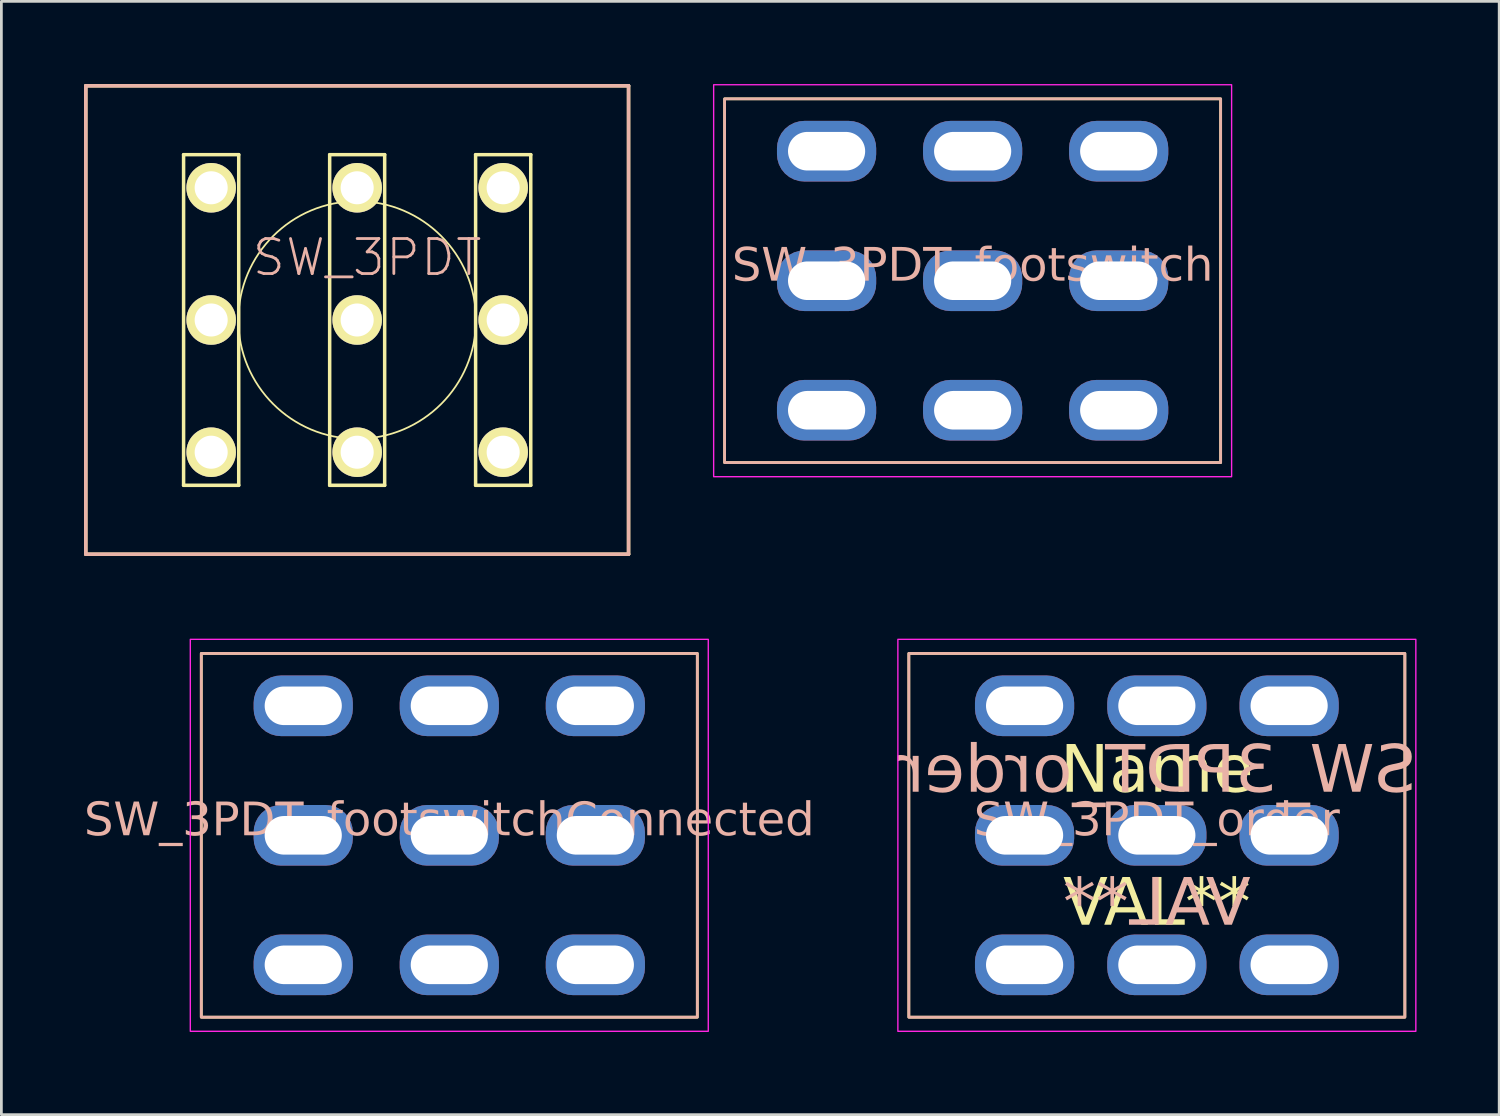
<source format=kicad_pcb>
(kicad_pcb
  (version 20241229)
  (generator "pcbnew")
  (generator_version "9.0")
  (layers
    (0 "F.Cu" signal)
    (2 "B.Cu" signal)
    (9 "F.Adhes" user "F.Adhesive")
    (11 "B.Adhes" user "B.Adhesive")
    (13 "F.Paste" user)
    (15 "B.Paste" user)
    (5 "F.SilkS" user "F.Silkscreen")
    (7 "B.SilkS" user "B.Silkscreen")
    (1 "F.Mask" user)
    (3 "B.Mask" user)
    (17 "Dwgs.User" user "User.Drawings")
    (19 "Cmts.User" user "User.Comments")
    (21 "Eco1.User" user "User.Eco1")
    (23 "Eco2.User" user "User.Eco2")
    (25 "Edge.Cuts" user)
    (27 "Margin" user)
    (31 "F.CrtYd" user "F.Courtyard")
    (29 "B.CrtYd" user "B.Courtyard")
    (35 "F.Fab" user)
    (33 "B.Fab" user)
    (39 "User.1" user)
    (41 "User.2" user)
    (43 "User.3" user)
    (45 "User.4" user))
  (footprint "SW_3PDT_footswitchConnected"
    (layer "F.Cu")
    (at 13.254 27.262)
    (property "Reference" "SW_3PDT_footswitchConnected" (at 0 -0.5 0) (unlocked yes) (layer "B.SilkS") (effects (font (face "Milk Run") (size 1.2 1.2) (thickness 0.1))))
    (attr through_hole)
    (fp_rect (start -9 -6.6) (end 9 6.6) (stroke (width 0.1) (type default)) (fill no) (layer "F.SilkS"))
    (fp_rect (start -9 -6.6) (end 9 6.6) (stroke (width 0.1) (type default)) (fill no) (layer "B.SilkS"))
    (fp_rect (start -9.398 -7.112) (end 9.398 7.112) (stroke (width 0.05) (type default)) (fill no) (layer "F.CrtYd"))
    (pad "1" thru_hole roundrect (at -5.3 0) (size 3.6 2.2) (drill oval 2.8 1.4) (layers "*.Cu" "*.Mask") (roundrect_rratio 0.45))
    (pad "2" thru_hole roundrect (at -5.3 -4.7) (size 3.6 2.2) (drill oval 2.8 1.4) (layers "*.Cu" "*.Mask") (roundrect_rratio 0.45))
    (pad "2" thru_hole roundrect (at 0 4.7) (size 3.6 2.2) (drill oval 2.8 1.4) (layers "*.Cu" "*.Mask") (roundrect_rratio 0.45))
    (pad "3" thru_hole roundrect (at 0 0) (size 3.6 2.2) (drill oval 2.8 1.4) (layers "*.Cu" "*.Mask") (roundrect_rratio 0.45))
    (pad "4" thru_hole roundrect (at 0 -4.7) (size 3.6 2.2) (drill oval 2.8 1.4) (layers "*.Cu" "*.Mask") (roundrect_rratio 0.45))
    (pad "5" thru_hole roundrect (at 5.3 -4.7) (size 3.6 2.2) (drill oval 2.8 1.4) (layers "*.Cu" "*.Mask") (roundrect_rratio 0.45))
    (pad "6" thru_hole roundrect (at 5.3 0) (size 3.6 2.2) (drill oval 2.8 1.4) (layers "*.Cu" "*.Mask") (roundrect_rratio 0.45))
    (pad "7" thru_hole roundrect (at -5.3 4.7) (size 3.6 2.2) (drill oval 2.8 1.4) (layers "*.Cu" "*.Mask") (roundrect_rratio 0.45))
    (pad "7" thru_hole roundrect (at 5.3 4.7) (size 3.6 2.2) (drill oval 2.8 1.4) (layers "*.Cu" "*.Mask") (roundrect_rratio 0.45)))
  (footprint "SW_3PDT"
    (layer "F.Cu")
    (at 9.911 8.562)
    (property "Reference" "SW_3PDT" (at 0.363 -2.268 0) (layer "B.SilkS") (effects (font (size 1.27 1.27) (thickness 0.102))))
    (attr exclude_from_pos_files exclude_from_bom)
    (fp_line (start -9.848 8.499) (end -9.848 -8.499) (stroke (width 0.127) (type solid)) (layer "F.SilkS"))
    (fp_line (start -9.848 8.499) (end 9.848 8.499) (stroke (width 0.127) (type solid)) (layer "F.SilkS"))
    (fp_line (start -6.299 -5.999) (end -6.299 5.999) (stroke (width 0.127) (type solid)) (layer "F.SilkS"))
    (fp_line (start -6.299 5.999) (end -4.298 5.999) (stroke (width 0.127) (type solid)) (layer "F.SilkS"))
    (fp_line (start -4.298 -5.999) (end -6.299 -5.999) (stroke (width 0.127) (type solid)) (layer "F.SilkS"))
    (fp_line (start -4.298 5.999) (end -4.298 -5.999) (stroke (width 0.127) (type solid)) (layer "F.SilkS"))
    (fp_line (start -0.998 -5.999) (end 0.998 -5.999) (stroke (width 0.127) (type solid)) (layer "F.SilkS"))
    (fp_line (start -0.998 5.999) (end -0.998 -5.999) (stroke (width 0.127) (type solid)) (layer "F.SilkS"))
    (fp_line (start 0.998 -5.999) (end 0.998 5.999) (stroke (width 0.127) (type solid)) (layer "F.SilkS"))
    (fp_line (start 0.998 5.999) (end -0.998 5.999) (stroke (width 0.127) (type solid)) (layer "F.SilkS"))
    (fp_line (start 4.298 -5.999) (end 4.298 5.999) (stroke (width 0.127) (type solid)) (layer "F.SilkS"))
    (fp_line (start 4.298 5.999) (end 6.299 5.999) (stroke (width 0.127) (type solid)) (layer "F.SilkS"))
    (fp_line (start 6.299 -5.999) (end 4.298 -5.999) (stroke (width 0.127) (type solid)) (layer "F.SilkS"))
    (fp_line (start 6.299 5.999) (end 6.299 -5.999) (stroke (width 0.127) (type solid)) (layer "F.SilkS"))
    (fp_line (start 9.848 -8.499) (end -9.848 -8.499) (stroke (width 0.127) (type solid)) (layer "F.SilkS"))
    (fp_line (start 9.848 8.499) (end 9.848 -8.499) (stroke (width 0.127) (type solid)) (layer "F.SilkS"))
    (fp_circle (center 0 0) (end -3.048 3.048) (stroke (width 0.064) (type solid)) (fill no) (layer "F.SilkS"))
    (fp_line (start -9.848 -8.499) (end 9.848 -8.499) (stroke (width 0.127) (type solid)) (layer "B.SilkS"))
    (fp_line (start -9.848 8.499) (end -9.848 -8.499) (stroke (width 0.127) (type solid)) (layer "B.SilkS"))
    (fp_line (start 9.848 8.499) (end -9.848 8.499) (stroke (width 0.127) (type solid)) (layer "B.SilkS"))
    (fp_line (start 9.848 8.499) (end 9.848 -8.499) (stroke (width 0.127) (type solid)) (layer "B.SilkS"))
    (pad "P$1" thru_hole circle (at -5.298 -4.798) (size 1.798 1.798) (drill 1.199) (layers "*.Cu" "F.Mask" "F.SilkS" "F.Paste"))
    (pad "P$2" thru_hole circle (at -5.298 0) (size 1.798 1.798) (drill 1.199) (layers "*.Cu" "F.Mask" "F.SilkS" "F.Paste"))
    (pad "P$3" thru_hole circle (at -5.298 4.798) (size 1.798 1.798) (drill 1.199) (layers "*.Cu" "F.Mask" "F.SilkS" "F.Paste"))
    (pad "P$4" thru_hole circle (at 0 -4.798) (size 1.798 1.798) (drill 1.199) (layers "*.Cu" "F.Mask" "F.SilkS" "F.Paste"))
    (pad "P$5" thru_hole circle (at 0 0) (size 1.798 1.798) (drill 1.199) (layers "*.Cu" "F.Mask" "F.SilkS" "F.Paste"))
    (pad "P$6" thru_hole circle (at 0 4.798) (size 1.798 1.798) (drill 1.199) (layers "*.Cu" "F.Mask" "F.SilkS" "F.Paste"))
    (pad "P$7" thru_hole circle (at 5.298 -4.798) (size 1.798 1.798) (drill 1.199) (layers "*.Cu" "F.Mask" "F.SilkS" "F.Paste"))
    (pad "P$8" thru_hole circle (at 5.298 0) (size 1.798 1.798) (drill 1.199) (layers "*.Cu" "F.Mask" "F.SilkS" "F.Paste"))
    (pad "P$9" thru_hole circle (at 5.298 4.798) (size 1.798 1.798) (drill 1.199) (layers "*.Cu" "F.Mask" "F.SilkS" "F.Paste")))
  (footprint "SW_3PDT_footswitch"
    (layer "F.Cu")
    (at 32.245 7.137)
    (property "Reference" "SW_3PDT_footswitch" (at 0 -0.5 0) (unlocked yes) (layer "B.SilkS") (effects (font (face "Milk Run") (size 1.2 1.2) (thickness 0.1))))
    (attr through_hole)
    (fp_rect (start -9 -6.6) (end 9 6.6) (stroke (width 0.1) (type default)) (fill no) (layer "F.SilkS"))
    (fp_rect (start -9 -6.6) (end 9 6.6) (stroke (width 0.1) (type default)) (fill no) (layer "B.SilkS"))
    (fp_rect (start -9.398 -7.112) (end 9.398 7.112) (stroke (width 0.05) (type default)) (fill no) (layer "F.CrtYd"))
    (pad "1" thru_hole roundrect (at -5.3 -4.7) (size 3.6 2.2) (drill oval 2.8 1.4) (layers "*.Cu" "*.Mask") (roundrect_rratio 0.45))
    (pad "2" thru_hole roundrect (at 0 -4.7) (size 3.6 2.2) (drill oval 2.8 1.4) (layers "*.Cu" "*.Mask") (roundrect_rratio 0.45))
    (pad "3" thru_hole roundrect (at 5.3 -4.7) (size 3.6 2.2) (drill oval 2.8 1.4) (layers "*.Cu" "*.Mask") (roundrect_rratio 0.45))
    (pad "4" thru_hole roundrect (at -5.3 0) (size 3.6 2.2) (drill oval 2.8 1.4) (layers "*.Cu" "*.Mask") (roundrect_rratio 0.45))
    (pad "5" thru_hole roundrect (at 0 0) (size 3.6 2.2) (drill oval 2.8 1.4) (layers "*.Cu" "*.Mask") (roundrect_rratio 0.45))
    (pad "6" thru_hole roundrect (at 5.3 0) (size 3.6 2.2) (drill oval 2.8 1.4) (layers "*.Cu" "*.Mask") (roundrect_rratio 0.45))
    (pad "7" thru_hole roundrect (at -5.3 4.7) (size 3.6 2.2) (drill oval 2.8 1.4) (layers "*.Cu" "*.Mask") (roundrect_rratio 0.45))
    (pad "8" thru_hole roundrect (at 0 4.7) (size 3.6 2.2) (drill oval 2.8 1.4) (layers "*.Cu" "*.Mask") (roundrect_rratio 0.45))
    (pad "9" thru_hole roundrect (at 5.3 4.7) (size 3.6 2.2) (drill oval 2.8 1.4) (layers "*.Cu" "*.Mask") (roundrect_rratio 0.45)))
  (footprint "SW_3PDT_order"
    (layer "F.Cu")
    (at 38.93 27.262)
    (property "Reference" "SW_3PDT_order" (at 0 -0.5 0) (unlocked yes) (layer "B.SilkS") (effects (font (face "Milk Run") (size 1.2 1.2) (thickness 0.1))))
    (property "Value" "VAL**" (at 0 1 0) (unlocked yes) (layer "F.SilkS") (hide yes) (effects (font (face "Milk Run") (size 1.2 1.2) (thickness 0.1))))
    (property "Description" "Name" (at 0 -2.286 0) (layer "F.SilkS") (effects (font (face "Milk Run") (size 1.7 1.7) (thickness 0.15))))
    (attr through_hole)
    (fp_rect (start -9 -6.6) (end 9 6.6) (stroke (width 0.1) (type default)) (fill no) (layer "F.SilkS"))
    (fp_rect (start -9 -6.6) (end 9 6.6) (stroke (width 0.1) (type default)) (fill no) (layer "B.SilkS"))
    (fp_rect (start -9.398 -7.112) (end 9.398 7.112) (stroke (width 0.05) (type default)) (fill no) (layer "F.CrtYd"))
    (fp_text user "${VALUE}" (at 0 2.54 0) (layer "F.SilkS") (effects (font (face "Milk Run") (size 1.7 1.7) (thickness 0.1))))
    (fp_text user "${REFERENCE}" (at 0 -2.286 0) (layer "B.SilkS") (effects (font (face "Milk Run") (size 1.7 1.7) (thickness 0.1)) (justify mirror)))
    (fp_text user "${VALUE}" (at 0 2.54 0) (layer "B.SilkS") (effects (font (face "Milk Run") (size 1.7 1.7) (thickness 0.1)) (justify mirror)))
    (pad "1" thru_hole roundrect (at -4.8 -4.7) (size 3.6 2.2) (drill oval 2.8 1.4) (layers "*.Cu" "*.Mask") (roundrect_rratio 0.45))
    (pad "1" thru_hole roundrect (at 0 4.7) (size 3.6 2.2) (drill oval 2.8 1.4) (layers "*.Cu" "*.Mask") (roundrect_rratio 0.45))
    (pad "2" thru_hole roundrect (at -4.8 0) (size 3.6 2.2) (drill oval 2.8 1.4) (layers "*.Cu" "*.Mask") (roundrect_rratio 0.45))
    (pad "3" thru_hole roundrect (at -4.8 4.7) (size 3.6 2.2) (drill oval 2.8 1.4) (layers "*.Cu" "*.Mask") (roundrect_rratio 0.45))
    (pad "3" thru_hole roundrect (at 4.8 -4.7) (size 3.6 2.2) (drill oval 2.8 1.4) (layers "*.Cu" "*.Mask") (roundrect_rratio 0.45))
    (pad "4" thru_hole roundrect (at 0 -4.7) (size 3.6 2.2) (drill oval 2.8 1.4) (layers "*.Cu" "*.Mask") (roundrect_rratio 0.45))
    (pad "4" thru_hole roundrect (at 4.8 4.7) (size 3.6 2.2) (drill oval 2.8 1.4) (layers "*.Cu" "*.Mask") (roundrect_rratio 0.45))
    (pad "5" thru_hole roundrect (at 0 0) (size 3.6 2.2) (drill oval 2.8 1.4) (layers "*.Cu" "*.Mask") (roundrect_rratio 0.45))
    (pad "6" thru_hole roundrect (at 4.8 0) (size 3.6 2.2) (drill oval 2.8 1.4) (layers "*.Cu" "*.Mask") (roundrect_rratio 0.45)))
  (gr_rect
    (start -3 -3)
    (end 51.353 37.399)
    (stroke (width 0.1) (type default))
    (fill no)
    (layer "Edge.Cuts")))
</source>
